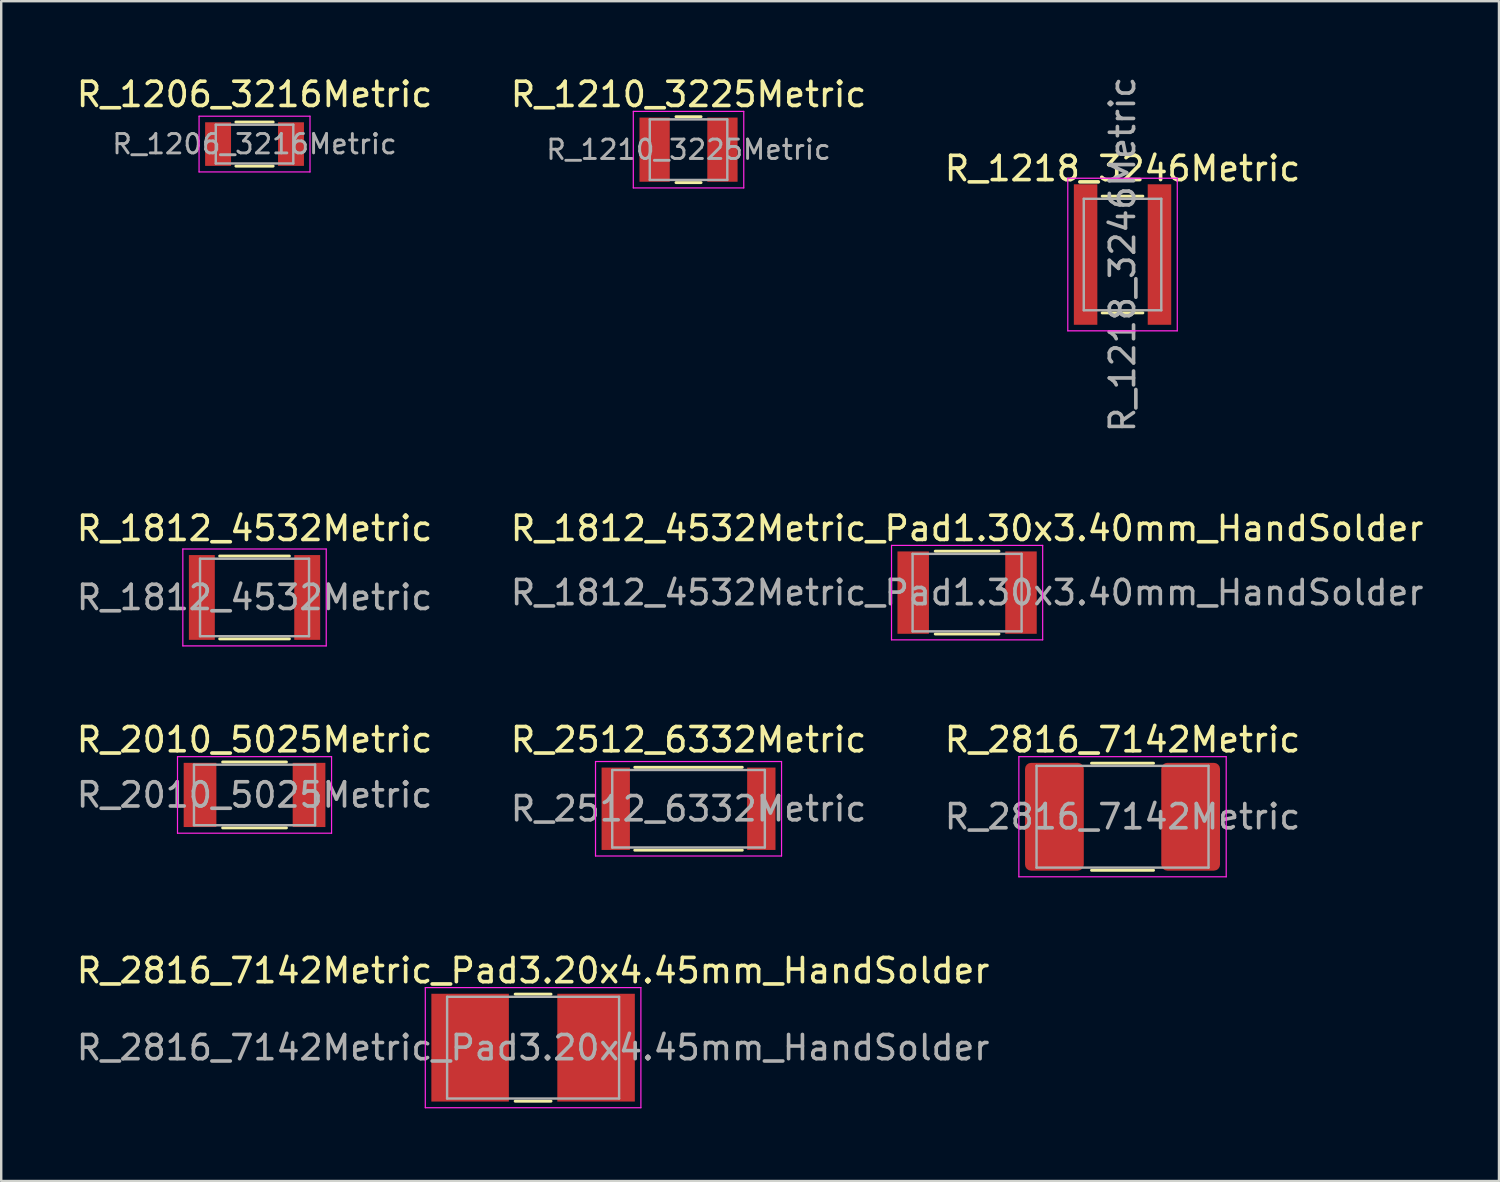
<source format=kicad_pcb>
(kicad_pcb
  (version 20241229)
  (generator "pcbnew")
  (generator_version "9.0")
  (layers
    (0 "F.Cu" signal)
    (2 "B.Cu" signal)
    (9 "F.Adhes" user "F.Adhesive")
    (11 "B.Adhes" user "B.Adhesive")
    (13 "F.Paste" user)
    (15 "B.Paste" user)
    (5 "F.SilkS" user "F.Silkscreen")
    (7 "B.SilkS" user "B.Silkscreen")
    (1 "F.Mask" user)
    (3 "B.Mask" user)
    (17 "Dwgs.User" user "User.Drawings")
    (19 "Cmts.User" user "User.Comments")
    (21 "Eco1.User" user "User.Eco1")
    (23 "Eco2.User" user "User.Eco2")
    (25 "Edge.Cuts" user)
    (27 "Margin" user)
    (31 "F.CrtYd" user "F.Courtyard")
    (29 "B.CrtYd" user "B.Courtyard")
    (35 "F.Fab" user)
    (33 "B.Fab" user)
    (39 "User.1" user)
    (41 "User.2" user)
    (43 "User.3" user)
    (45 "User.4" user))
  (footprint "R_1218_3246Metric"
    (layer "F.Cu")
    (at 43.292 7.458)
    (property "Reference" "R_1218_3246Metric" (at 0 -3.55 0) (layer "F.SilkS") (effects (font (size 1 1) (thickness 0.15))))
    (attr smd)
    (fp_line (start -0.84 -2.41) (end 0.84 -2.41) (stroke (width 0.12) (type solid)) (layer "F.SilkS"))
    (fp_line (start -0.84 2.41) (end 0.84 2.41) (stroke (width 0.12) (type solid)) (layer "F.SilkS"))
    (fp_line (start -2.26 -3.15) (end 2.26 -3.15) (stroke (width 0.05) (type solid)) (layer "F.CrtYd"))
    (fp_line (start -2.26 3.15) (end -2.26 -3.15) (stroke (width 0.05) (type solid)) (layer "F.CrtYd"))
    (fp_line (start 2.26 -3.15) (end 2.26 3.15) (stroke (width 0.05) (type solid)) (layer "F.CrtYd"))
    (fp_line (start 2.26 3.15) (end -2.26 3.15) (stroke (width 0.05) (type solid)) (layer "F.CrtYd"))
    (fp_line (start -1.6 -2.3) (end 1.6 -2.3) (stroke (width 0.1) (type solid)) (layer "F.Fab"))
    (fp_line (start -1.6 2.3) (end -1.6 -2.3) (stroke (width 0.1) (type solid)) (layer "F.Fab"))
    (fp_line (start 1.6 -2.3) (end 1.6 2.3) (stroke (width 0.1) (type solid)) (layer "F.Fab"))
    (fp_line (start 1.6 2.3) (end -1.6 2.3) (stroke (width 0.1) (type solid)) (layer "F.Fab"))
    (fp_text user "${REFERENCE}" (at 0 0 90) (layer "F.Fab") (effects (font (size 1 1) (thickness 0.15))))
    (pad "1" smd rect (at -1.525 0) (size 0.97 5.8) (layers "F.Cu" "F.Mask" "F.Paste"))
    (pad "2" smd rect (at 1.525 0) (size 0.97 5.8) (layers "F.Cu" "F.Mask" "F.Paste")))
  (footprint "R_1206_3216Metric"
    (layer "F.Cu")
    (at 7.458 2.898)
    (property "Reference" "R_1206_3216Metric" (at 0 -2.05 0) (layer "F.SilkS") (effects (font (size 1 1) (thickness 0.15))))
    (attr smd)
    (fp_line (start -0.77 -0.91) (end 0.77 -0.91) (stroke (width 0.12) (type solid)) (layer "F.SilkS"))
    (fp_line (start -0.77 0.91) (end 0.77 0.91) (stroke (width 0.12) (type solid)) (layer "F.SilkS"))
    (fp_line (start -2.29 -1.15) (end 2.29 -1.15) (stroke (width 0.05) (type solid)) (layer "F.CrtYd"))
    (fp_line (start -2.29 1.15) (end -2.29 -1.15) (stroke (width 0.05) (type solid)) (layer "F.CrtYd"))
    (fp_line (start 2.29 -1.15) (end 2.29 1.15) (stroke (width 0.05) (type solid)) (layer "F.CrtYd"))
    (fp_line (start 2.29 1.15) (end -2.29 1.15) (stroke (width 0.05) (type solid)) (layer "F.CrtYd"))
    (fp_line (start -1.6 -0.8) (end 1.6 -0.8) (stroke (width 0.1) (type solid)) (layer "F.Fab"))
    (fp_line (start -1.6 0.8) (end -1.6 -0.8) (stroke (width 0.1) (type solid)) (layer "F.Fab"))
    (fp_line (start 1.6 -0.8) (end 1.6 0.8) (stroke (width 0.1) (type solid)) (layer "F.Fab"))
    (fp_line (start 1.6 0.8) (end -1.6 0.8) (stroke (width 0.1) (type solid)) (layer "F.Fab"))
    (fp_text user "${REFERENCE}" (at 0 0 0) (layer "F.Fab") (effects (font (size 0.8 0.8) (thickness 0.12))))
    (pad "1" smd rect (at -1.505 0) (size 1.07 1.8) (layers "F.Cu" "F.Mask" "F.Paste"))
    (pad "2" smd rect (at 1.505 0) (size 1.07 1.8) (layers "F.Cu" "F.Mask" "F.Paste")))
  (footprint "R_2010_5025Metric"
    (layer "F.Cu")
    (at 7.458 29.768)
    (property "Reference" "R_2010_5025Metric" (at 0 -2.28 0) (layer "F.SilkS") (effects (font (size 1 1) (thickness 0.15))))
    (attr smd)
    (fp_line (start -1.317 -1.36) (end 1.317 -1.36) (stroke (width 0.12) (type solid)) (layer "F.SilkS"))
    (fp_line (start -1.317 1.36) (end 1.317 1.36) (stroke (width 0.12) (type solid)) (layer "F.SilkS"))
    (fp_line (start -3.18 -1.58) (end 3.18 -1.58) (stroke (width 0.05) (type solid)) (layer "F.CrtYd"))
    (fp_line (start -3.18 1.58) (end -3.18 -1.58) (stroke (width 0.05) (type solid)) (layer "F.CrtYd"))
    (fp_line (start 3.18 -1.58) (end 3.18 1.58) (stroke (width 0.05) (type solid)) (layer "F.CrtYd"))
    (fp_line (start 3.18 1.58) (end -3.18 1.58) (stroke (width 0.05) (type solid)) (layer "F.CrtYd"))
    (fp_line (start -2.5 -1.25) (end 2.5 -1.25) (stroke (width 0.1) (type solid)) (layer "F.Fab"))
    (fp_line (start -2.5 1.25) (end -2.5 -1.25) (stroke (width 0.1) (type solid)) (layer "F.Fab"))
    (fp_line (start 2.5 -1.25) (end 2.5 1.25) (stroke (width 0.1) (type solid)) (layer "F.Fab"))
    (fp_line (start 2.5 1.25) (end -2.5 1.25) (stroke (width 0.1) (type solid)) (layer "F.Fab"))
    (fp_text user "${REFERENCE}" (at 0 0 0) (layer "F.Fab") (effects (font (size 1 1) (thickness 0.15))))
    (pad "1" smd rect (at -2.25 0) (size 1.35 2.65) (layers "F.Cu" "F.Mask" "F.Paste"))
    (pad "2" smd rect (at 2.25 0) (size 1.35 2.65) (layers "F.Cu" "F.Mask" "F.Paste")))
  (footprint "R_1210_3225Metric"
    (layer "F.Cu")
    (at 25.375 3.128)
    (property "Reference" "R_1210_3225Metric" (at 0 -2.28 0) (layer "F.SilkS") (effects (font (size 1 1) (thickness 0.15))))
    (attr smd)
    (fp_line (start -0.517 -1.36) (end 0.517 -1.36) (stroke (width 0.12) (type solid)) (layer "F.SilkS"))
    (fp_line (start -0.517 1.36) (end 0.517 1.36) (stroke (width 0.12) (type solid)) (layer "F.SilkS"))
    (fp_line (start -2.28 -1.58) (end 2.28 -1.58) (stroke (width 0.05) (type solid)) (layer "F.CrtYd"))
    (fp_line (start -2.28 1.58) (end -2.28 -1.58) (stroke (width 0.05) (type solid)) (layer "F.CrtYd"))
    (fp_line (start 2.28 -1.58) (end 2.28 1.58) (stroke (width 0.05) (type solid)) (layer "F.CrtYd"))
    (fp_line (start 2.28 1.58) (end -2.28 1.58) (stroke (width 0.05) (type solid)) (layer "F.CrtYd"))
    (fp_line (start -1.6 -1.25) (end 1.6 -1.25) (stroke (width 0.1) (type solid)) (layer "F.Fab"))
    (fp_line (start -1.6 1.25) (end -1.6 -1.25) (stroke (width 0.1) (type solid)) (layer "F.Fab"))
    (fp_line (start 1.6 -1.25) (end 1.6 1.25) (stroke (width 0.1) (type solid)) (layer "F.Fab"))
    (fp_line (start 1.6 1.25) (end -1.6 1.25) (stroke (width 0.1) (type solid)) (layer "F.Fab"))
    (fp_text user "${REFERENCE}" (at 0 0 0) (layer "F.Fab") (effects (font (size 0.8 0.8) (thickness 0.12))))
    (pad "1" smd rect (at -1.4 0) (size 1.25 2.65) (layers "F.Cu" "F.Mask" "F.Paste"))
    (pad "2" smd rect (at 1.4 0) (size 1.25 2.65) (layers "F.Cu" "F.Mask" "F.Paste")))
  (footprint "R_1812_4532Metric_Pad1.30x3.40mm_HandSolder"
    (layer "F.Cu")
    (at 36.875 21.415)
    (property "Reference" "R_1812_4532Metric_Pad1.30x3.40mm_HandSolder" (at 0 -2.65 0) (layer "F.SilkS") (effects (font (size 1 1) (thickness 0.15))))
    (attr smd)
    (fp_line (start -1.315 -1.71) (end 1.315 -1.71) (stroke (width 0.12) (type solid)) (layer "F.SilkS"))
    (fp_line (start -1.315 1.71) (end 1.315 1.71) (stroke (width 0.12) (type solid)) (layer "F.SilkS"))
    (fp_line (start -3.12 -1.95) (end 3.12 -1.95) (stroke (width 0.05) (type solid)) (layer "F.CrtYd"))
    (fp_line (start -3.12 1.95) (end -3.12 -1.95) (stroke (width 0.05) (type solid)) (layer "F.CrtYd"))
    (fp_line (start 3.12 -1.95) (end 3.12 1.95) (stroke (width 0.05) (type solid)) (layer "F.CrtYd"))
    (fp_line (start 3.12 1.95) (end -3.12 1.95) (stroke (width 0.05) (type solid)) (layer "F.CrtYd"))
    (fp_line (start -2.25 -1.6) (end 2.25 -1.6) (stroke (width 0.1) (type solid)) (layer "F.Fab"))
    (fp_line (start -2.25 1.6) (end -2.25 -1.6) (stroke (width 0.1) (type solid)) (layer "F.Fab"))
    (fp_line (start 2.25 -1.6) (end 2.25 1.6) (stroke (width 0.1) (type solid)) (layer "F.Fab"))
    (fp_line (start 2.25 1.6) (end -2.25 1.6) (stroke (width 0.1) (type solid)) (layer "F.Fab"))
    (fp_text user "${REFERENCE}" (at 0 0 0) (layer "F.Fab") (effects (font (size 1 1) (thickness 0.15))))
    (pad "1" smd rect (at -2.225 0) (size 1.3 3.4) (layers "F.Cu" "F.Mask" "F.Paste"))
    (pad "2" smd rect (at 2.225 0) (size 1.3 3.4) (layers "F.Cu" "F.Mask" "F.Paste")))
  (footprint "R_1812_4532Metric"
    (layer "F.Cu")
    (at 7.458 21.615)
    (property "Reference" "R_1812_4532Metric" (at 0 -2.85 0) (layer "F.SilkS") (effects (font (size 1 1) (thickness 0.15))))
    (attr smd)
    (fp_line (start -1.44 -1.71) (end 1.44 -1.71) (stroke (width 0.12) (type solid)) (layer "F.SilkS"))
    (fp_line (start -1.44 1.71) (end 1.44 1.71) (stroke (width 0.12) (type solid)) (layer "F.SilkS"))
    (fp_line (start -2.96 -2) (end 2.96 -2) (stroke (width 0.05) (type solid)) (layer "F.CrtYd"))
    (fp_line (start -2.96 2) (end -2.96 -2) (stroke (width 0.05) (type solid)) (layer "F.CrtYd"))
    (fp_line (start 2.96 -2) (end 2.96 2) (stroke (width 0.05) (type solid)) (layer "F.CrtYd"))
    (fp_line (start 2.96 2) (end -2.96 2) (stroke (width 0.05) (type solid)) (layer "F.CrtYd"))
    (fp_line (start -2.25 -1.6) (end 2.25 -1.6) (stroke (width 0.1) (type solid)) (layer "F.Fab"))
    (fp_line (start -2.25 1.6) (end -2.25 -1.6) (stroke (width 0.1) (type solid)) (layer "F.Fab"))
    (fp_line (start 2.25 -1.6) (end 2.25 1.6) (stroke (width 0.1) (type solid)) (layer "F.Fab"))
    (fp_line (start 2.25 1.6) (end -2.25 1.6) (stroke (width 0.1) (type solid)) (layer "F.Fab"))
    (fp_text user "${REFERENCE}" (at 0 0 0) (layer "F.Fab") (effects (font (size 1 1) (thickness 0.15))))
    (pad "1" smd rect (at -2.175 0) (size 1.07 3.5) (layers "F.Cu" "F.Mask" "F.Paste"))
    (pad "2" smd rect (at 2.175 0) (size 1.07 3.5) (layers "F.Cu" "F.Mask" "F.Paste")))
  (footprint "R_2816_7142Metric"
    (layer "F.Cu")
    (at 43.292 30.668)
    (property "Reference" "R_2816_7142Metric" (at 0 -3.18 0) (layer "F.SilkS") (effects (font (size 1 1) (thickness 0.15))))
    (attr smd)
    (fp_line (start -1.28 -2.21) (end 1.28 -2.21) (stroke (width 0.12) (type solid)) (layer "F.SilkS"))
    (fp_line (start -1.28 2.21) (end 1.28 2.21) (stroke (width 0.12) (type solid)) (layer "F.SilkS"))
    (fp_line (start -4.28 -2.48) (end 4.28 -2.48) (stroke (width 0.05) (type solid)) (layer "F.CrtYd"))
    (fp_line (start -4.28 2.48) (end -4.28 -2.48) (stroke (width 0.05) (type solid)) (layer "F.CrtYd"))
    (fp_line (start 4.28 -2.48) (end 4.28 2.48) (stroke (width 0.05) (type solid)) (layer "F.CrtYd"))
    (fp_line (start 4.28 2.48) (end -4.28 2.48) (stroke (width 0.05) (type solid)) (layer "F.CrtYd"))
    (fp_line (start -3.55 -2.1) (end 3.55 -2.1) (stroke (width 0.1) (type solid)) (layer "F.Fab"))
    (fp_line (start -3.55 2.1) (end -3.55 -2.1) (stroke (width 0.1) (type solid)) (layer "F.Fab"))
    (fp_line (start 3.55 -2.1) (end 3.55 2.1) (stroke (width 0.1) (type solid)) (layer "F.Fab"))
    (fp_line (start 3.55 2.1) (end -3.55 2.1) (stroke (width 0.1) (type solid)) (layer "F.Fab"))
    (fp_text user "${REFERENCE}" (at 0 0 0) (layer "F.Fab") (effects (font (size 1 1) (thickness 0.15))))
    (pad "1" smd roundrect (at -2.812 0) (size 2.425 4.45) (layers "F.Cu" "F.Mask" "F.Paste") (roundrect_rratio 0.103))
    (pad "2" smd roundrect (at 2.812 0) (size 2.425 4.45) (layers "F.Cu" "F.Mask" "F.Paste") (roundrect_rratio 0.103)))
  (footprint "R_2816_7142Metric_Pad3.20x4.45mm_HandSolder"
    (layer "F.Cu")
    (at 18.958 40.201)
    (property "Reference" "R_2816_7142Metric_Pad3.20x4.45mm_HandSolder" (at 0 -3.18 0) (layer "F.SilkS") (effects (font (size 1 1) (thickness 0.15))))
    (attr smd)
    (fp_line (start -0.74 -2.21) (end 0.74 -2.21) (stroke (width 0.12) (type solid)) (layer "F.SilkS"))
    (fp_line (start -0.74 2.21) (end 0.74 2.21) (stroke (width 0.12) (type solid)) (layer "F.SilkS"))
    (fp_line (start -4.45 -2.48) (end 4.45 -2.48) (stroke (width 0.05) (type solid)) (layer "F.CrtYd"))
    (fp_line (start -4.45 2.48) (end -4.45 -2.48) (stroke (width 0.05) (type solid)) (layer "F.CrtYd"))
    (fp_line (start 4.45 -2.48) (end 4.45 2.48) (stroke (width 0.05) (type solid)) (layer "F.CrtYd"))
    (fp_line (start 4.45 2.48) (end -4.45 2.48) (stroke (width 0.05) (type solid)) (layer "F.CrtYd"))
    (fp_line (start -3.55 -2.1) (end 3.55 -2.1) (stroke (width 0.1) (type solid)) (layer "F.Fab"))
    (fp_line (start -3.55 2.1) (end -3.55 -2.1) (stroke (width 0.1) (type solid)) (layer "F.Fab"))
    (fp_line (start 3.55 -2.1) (end 3.55 2.1) (stroke (width 0.1) (type solid)) (layer "F.Fab"))
    (fp_line (start 3.55 2.1) (end -3.55 2.1) (stroke (width 0.1) (type solid)) (layer "F.Fab"))
    (fp_text user "${REFERENCE}" (at 0 0 0) (layer "F.Fab") (effects (font (size 1 1) (thickness 0.15))))
    (pad "1" smd rect (at -2.6 0) (size 3.2 4.45) (layers "F.Cu" "F.Mask" "F.Paste"))
    (pad "2" smd rect (at 2.6 0) (size 3.2 4.45) (layers "F.Cu" "F.Mask" "F.Paste")))
  (footprint "R_2512_6332Metric"
    (layer "F.Cu")
    (at 25.375 30.338)
    (property "Reference" "R_2512_6332Metric" (at 0 -2.85 0) (layer "F.SilkS") (effects (font (size 1 1) (thickness 0.15))))
    (attr smd)
    (fp_line (start -2.22 -1.71) (end 2.22 -1.71) (stroke (width 0.12) (type solid)) (layer "F.SilkS"))
    (fp_line (start -2.22 1.71) (end 2.22 1.71) (stroke (width 0.12) (type solid)) (layer "F.SilkS"))
    (fp_line (start -3.84 -1.95) (end 3.84 -1.95) (stroke (width 0.05) (type solid)) (layer "F.CrtYd"))
    (fp_line (start -3.84 1.95) (end -3.84 -1.95) (stroke (width 0.05) (type solid)) (layer "F.CrtYd"))
    (fp_line (start 3.84 -1.95) (end 3.84 1.95) (stroke (width 0.05) (type solid)) (layer "F.CrtYd"))
    (fp_line (start 3.84 1.95) (end -3.84 1.95) (stroke (width 0.05) (type solid)) (layer "F.CrtYd"))
    (fp_line (start -3.15 -1.6) (end 3.15 -1.6) (stroke (width 0.1) (type solid)) (layer "F.Fab"))
    (fp_line (start -3.15 1.6) (end -3.15 -1.6) (stroke (width 0.1) (type solid)) (layer "F.Fab"))
    (fp_line (start 3.15 -1.6) (end 3.15 1.6) (stroke (width 0.1) (type solid)) (layer "F.Fab"))
    (fp_line (start 3.15 1.6) (end -3.15 1.6) (stroke (width 0.1) (type solid)) (layer "F.Fab"))
    (fp_text user "${REFERENCE}" (at 0 0 0) (layer "F.Fab") (effects (font (size 1 1) (thickness 0.15))))
    (pad "1" smd rect (at -3.005 0) (size 1.17 3.4) (layers "F.Cu" "F.Mask" "F.Paste"))
    (pad "2" smd rect (at 3.005 0) (size 1.17 3.4) (layers "F.Cu" "F.Mask" "F.Paste")))
  (gr_rect
    (start -3 -3)
    (end 58.833 45.706)
    (stroke (width 0.1) (type default))
    (fill no)
    (layer "Edge.Cuts")))
</source>
